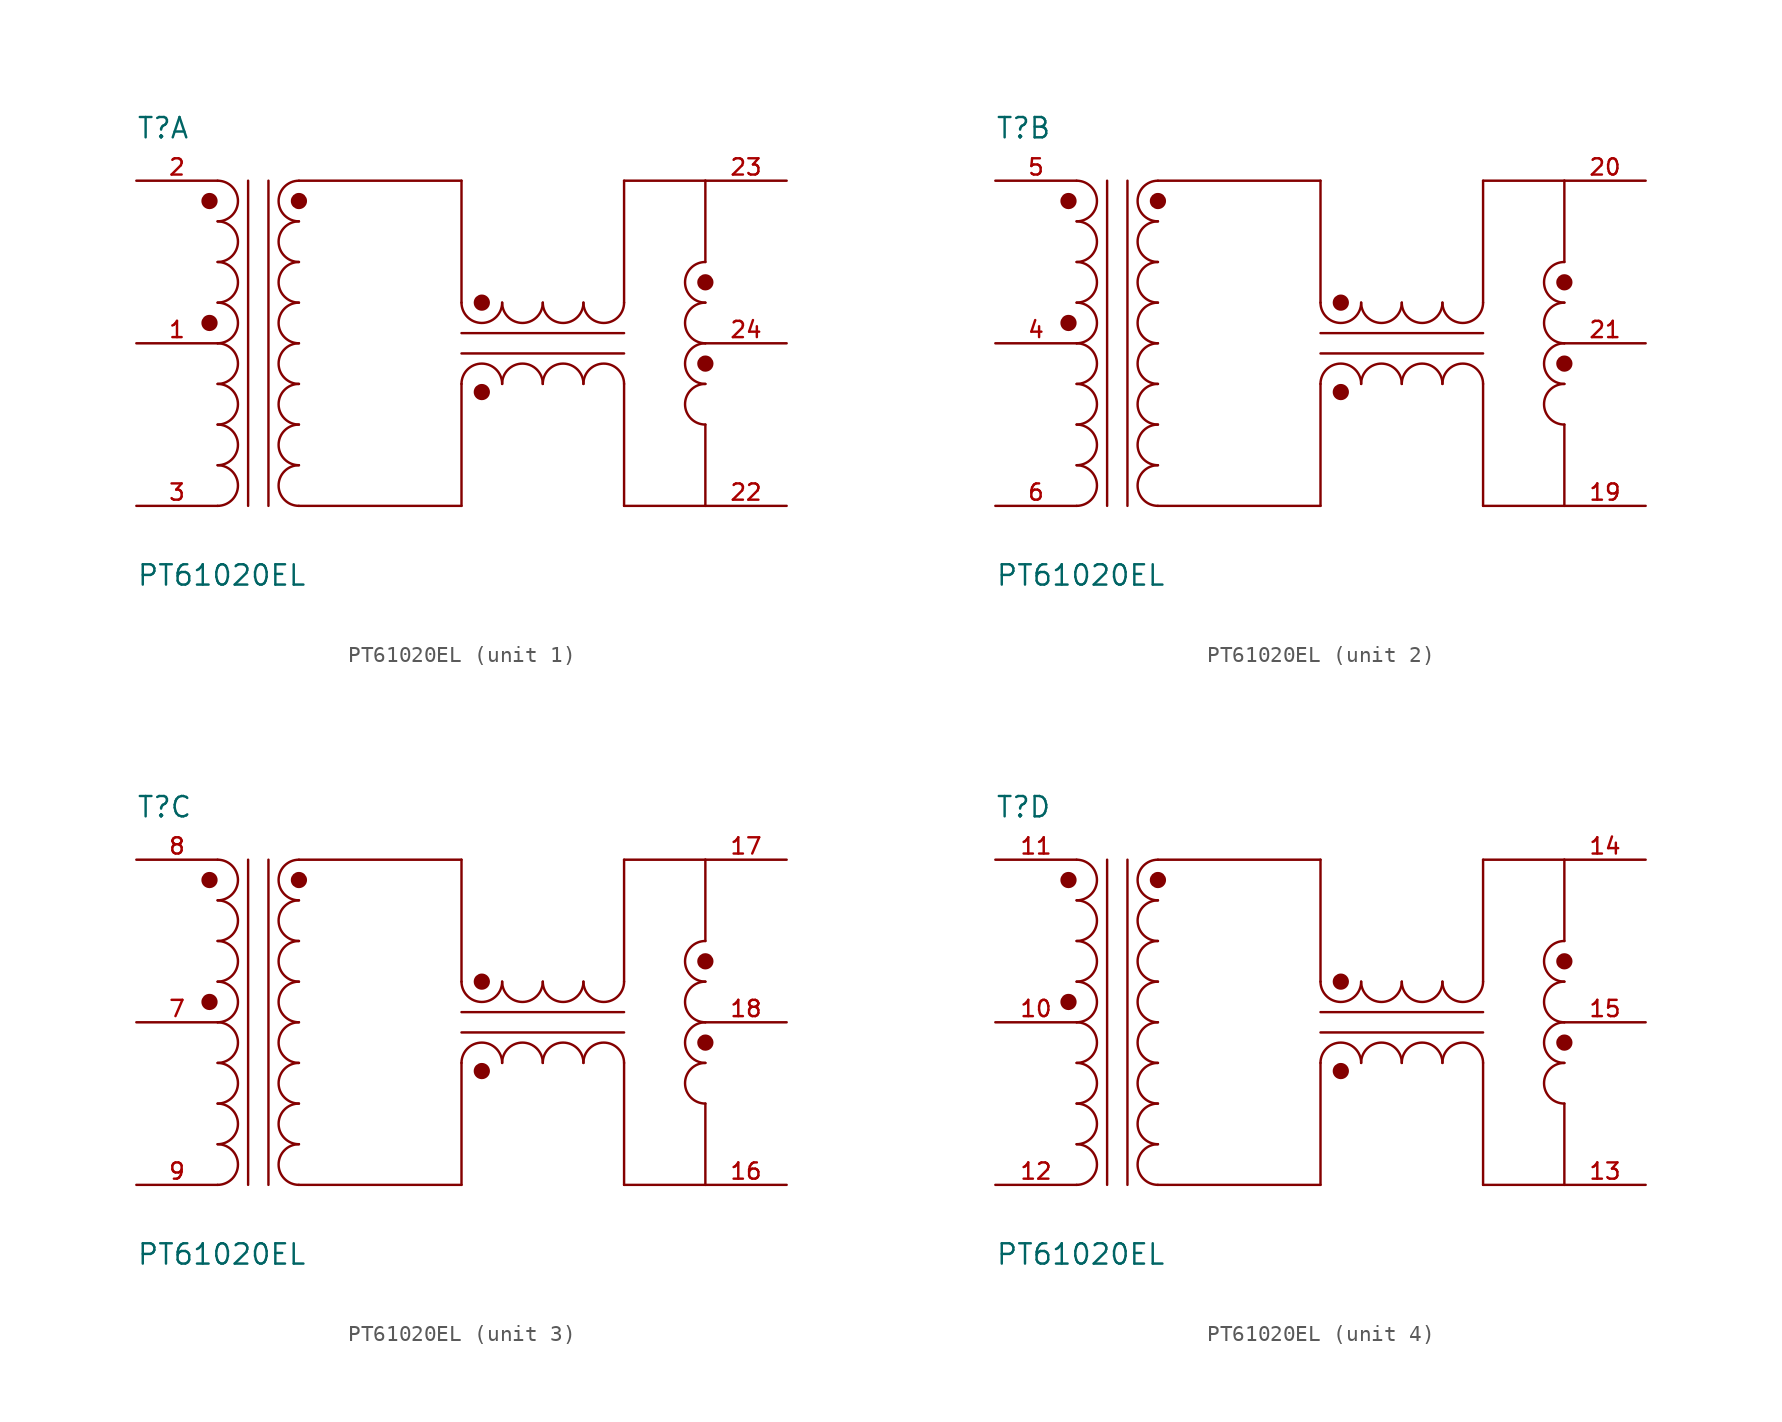
<source format=kicad_sym>
(kicad_symbol_lib
  (version 20211014)
  (generator kicad_symbol_editor)
  (symbol "PT61020EL"
    (pin_names
      (offset 1.016))
    (property "Reference" "T"
      (at -20.324 12.708 0)
      (effects (font (size 1.27 1.27)) (justify left bottom)))
    (property "Value" "PT61020EL"
      (at -20.321 -15.243 0)
      (effects (font (size 1.27 1.27)) (justify left bottom)))
    (symbol "PT61020EL_1_0"
      (circle (center -15.748 1.27) (radius 0.254) (stroke (width 0.508) (type default) (color 0 0 0 0)) (fill (type none)))
      (circle (center -15.748 8.89) (radius 0.254) (stroke (width 0.508) (type default) (color 0 0 0 0)) (fill (type none)))
      (arc (start -15.24 -10.16) (mid -13.97 -8.89) (end -15.24 -7.62) (stroke (width 0.1524) (type default) (color 0 0 0 0)) (fill (type none)))
      (arc (start -15.24 -7.62) (mid -13.97 -6.35) (end -15.24 -5.08) (stroke (width 0.1524) (type default) (color 0 0 0 0)) (fill (type none)))
      (arc (start -15.24 -5.08) (mid -13.97 -3.81) (end -15.24 -2.54) (stroke (width 0.1524) (type default) (color 0 0 0 0)) (fill (type none)))
      (arc (start -15.24 -2.54) (mid -13.97 -1.27) (end -15.24 0) (stroke (width 0.1524) (type default) (color 0 0 0 0)) (fill (type none)))
      (arc (start -15.24 0) (mid -13.97 1.27) (end -15.24 2.54) (stroke (width 0.1524) (type default) (color 0 0 0 0)) (fill (type none)))
      (arc (start -15.24 2.54) (mid -13.97 3.81) (end -15.24 5.08) (stroke (width 0.1524) (type default) (color 0 0 0 0)) (fill (type none)))
      (arc (start -15.24 5.08) (mid -13.97 6.35) (end -15.24 7.62) (stroke (width 0.1524) (type default) (color 0 0 0 0)) (fill (type none)))
      (arc (start -15.24 7.62) (mid -13.97 8.89) (end -15.24 10.16) (stroke (width 0.1524) (type default) (color 0 0 0 0)) (fill (type none)))
      (arc (start -10.16 -7.62) (mid -11.43 -8.89) (end -10.16 -10.16) (stroke (width 0.1524) (type default) (color 0 0 0 0)) (fill (type none)))
      (arc (start -10.16 -5.08) (mid -11.43 -6.35) (end -10.16 -7.62) (stroke (width 0.1524) (type default) (color 0 0 0 0)) (fill (type none)))
      (arc (start -10.16 -2.54) (mid -11.43 -3.81) (end -10.16 -5.08) (stroke (width 0.1524) (type default) (color 0 0 0 0)) (fill (type none)))
      (arc (start -10.16 0) (mid -11.43 -1.27) (end -10.16 -2.54) (stroke (width 0.1524) (type default) (color 0 0 0 0)) (fill (type none)))
      (arc (start -10.16 2.54) (mid -11.43 1.27) (end -10.16 0) (stroke (width 0.1524) (type default) (color 0 0 0 0)) (fill (type none)))
      (arc (start -10.16 5.08) (mid -11.43 3.81) (end -10.16 2.54) (stroke (width 0.1524) (type default) (color 0 0 0 0)) (fill (type none)))
      (arc (start -10.16 7.62) (mid -11.43 6.35) (end -10.16 5.08) (stroke (width 0.1524) (type default) (color 0 0 0 0)) (fill (type none)))
      (circle (center -10.16 8.89) (radius 0.254) (stroke (width 0.508) (type default) (color 0 0 0 0)) (fill (type none)))
      (arc (start -10.16 10.16) (mid -11.43 8.89) (end -10.16 7.62) (stroke (width 0.1524) (type default) (color 0 0 0 0)) (fill (type none)))
      (polyline (pts (xy -13.335 10.16) (xy -13.335 -10.16)) (stroke (width 0.152) (type default) (color 0 0 0 0)) (fill (type none)))
      (polyline (pts (xy -12.065 10.16) (xy -12.065 -10.16)) (stroke (width 0.152) (type default) (color 0 0 0 0)) (fill (type none)))
      (polyline (pts (xy -10.16 -10.16) (xy 0 -10.16)) (stroke (width 0.152) (type default) (color 0 0 0 0)) (fill (type none)))
      (polyline (pts (xy -10.16 10.16) (xy 0 10.16)) (stroke (width 0.152) (type default) (color 0 0 0 0)) (fill (type none)))
      (polyline (pts (xy 0 -2.54) (xy 0 -10.16)) (stroke (width 0.152) (type default) (color 0 0 0 0)) (fill (type none)))
      (polyline (pts (xy 0 -0.635) (xy 10.16 -0.635)) (stroke (width 0.152) (type default) (color 0 0 0 0)) (fill (type none)))
      (polyline (pts (xy 0 0.635) (xy 10.16 0.635)) (stroke (width 0.152) (type default) (color 0 0 0 0)) (fill (type none)))
      (polyline (pts (xy 0 10.16) (xy 0 2.54)) (stroke (width 0.152) (type default) (color 0 0 0 0)) (fill (type none)))
      (polyline (pts (xy 10.16 -10.16) (xy 15.24 -10.16)) (stroke (width 0.152) (type default) (color 0 0 0 0)) (fill (type none)))
      (polyline (pts (xy 10.16 -2.54) (xy 10.16 -10.16)) (stroke (width 0.152) (type default) (color 0 0 0 0)) (fill (type none)))
      (polyline (pts (xy 10.16 2.54) (xy 10.16 10.16)) (stroke (width 0.152) (type default) (color 0 0 0 0)) (fill (type none)))
      (polyline (pts (xy 10.16 10.16) (xy 15.24 10.16)) (stroke (width 0.152) (type default) (color 0 0 0 0)) (fill (type none)))
      (polyline (pts (xy 15.24 -5.08) (xy 15.24 -10.16)) (stroke (width 0.152) (type default) (color 0 0 0 0)) (fill (type none)))
      (polyline (pts (xy 15.24 10.16) (xy 15.24 5.08)) (stroke (width 0.152) (type default) (color 0 0 0 0)) (fill (type none)))
      (arc (start 0 2.54) (mid 1.27 1.27) (end 2.54 2.54) (stroke (width 0.1524) (type default) (color 0 0 0 0)) (fill (type none)))
      (circle (center 1.27 -3.048) (radius 0.254) (stroke (width 0.508) (type default) (color 0 0 0 0)) (fill (type none)))
      (circle (center 1.27 2.54) (radius 0.254) (stroke (width 0.508) (type default) (color 0 0 0 0)) (fill (type none)))
      (arc (start 2.54 -2.54) (mid 1.27 -1.27) (end 0 -2.54) (stroke (width 0.1524) (type default) (color 0 0 0 0)) (fill (type none)))
      (arc (start 2.54 2.54) (mid 3.81 1.27) (end 5.08 2.54) (stroke (width 0.1524) (type default) (color 0 0 0 0)) (fill (type none)))
      (arc (start 5.08 -2.54) (mid 3.81 -1.27) (end 2.54 -2.54) (stroke (width 0.1524) (type default) (color 0 0 0 0)) (fill (type none)))
      (arc (start 5.08 2.54) (mid 6.35 1.27) (end 7.62 2.54) (stroke (width 0.1524) (type default) (color 0 0 0 0)) (fill (type none)))
      (arc (start 7.62 -2.54) (mid 6.35 -1.27) (end 5.08 -2.54) (stroke (width 0.1524) (type default) (color 0 0 0 0)) (fill (type none)))
      (arc (start 7.62 2.54) (mid 8.89 1.27) (end 10.16 2.54) (stroke (width 0.1524) (type default) (color 0 0 0 0)) (fill (type none)))
      (arc (start 10.16 -2.54) (mid 8.89 -1.27) (end 7.62 -2.54) (stroke (width 0.1524) (type default) (color 0 0 0 0)) (fill (type none)))
      (arc (start 15.24 -2.54) (mid 13.97 -3.81) (end 15.24 -5.08) (stroke (width 0.1524) (type default) (color 0 0 0 0)) (fill (type none)))
      (circle (center 15.24 -1.27) (radius 0.254) (stroke (width 0.508) (type default) (color 0 0 0 0)) (fill (type none)))
      (arc (start 15.24 0) (mid 13.97 -1.27) (end 15.24 -2.54) (stroke (width 0.1524) (type default) (color 0 0 0 0)) (fill (type none)))
      (arc (start 15.24 2.54) (mid 13.97 1.27) (end 15.24 0) (stroke (width 0.1524) (type default) (color 0 0 0 0)) (fill (type none)))
      (circle (center 15.24 3.81) (radius 0.254) (stroke (width 0.508) (type default) (color 0 0 0 0)) (fill (type none)))
      (arc (start 15.24 5.08) (mid 13.97 3.81) (end 15.24 2.54) (stroke (width 0.1524) (type default) (color 0 0 0 0)) (fill (type none)))
      (pin passive line (at -20.32 0 0) (length 5.08) (name "~" (effects (font (size 1.016 1.016)))) (number "1" (effects (font (size 1.016 1.016)))))
      (pin passive line (at -20.32 10.16 0) (length 5.08) (name "~" (effects (font (size 1.016 1.016)))) (number "2" (effects (font (size 1.016 1.016)))))
      (pin passive line (at 20.32 -10.16 180) (length 5.08) (name "~" (effects (font (size 1.016 1.016)))) (number "22" (effects (font (size 1.016 1.016)))))
      (pin passive line (at 20.32 10.16 180) (length 5.08) (name "~" (effects (font (size 1.016 1.016)))) (number "23" (effects (font (size 1.016 1.016)))))
      (pin passive line (at 20.32 0 180) (length 5.08) (name "~" (effects (font (size 1.016 1.016)))) (number "24" (effects (font (size 1.016 1.016)))))
      (pin passive line (at -20.32 -10.16 0) (length 5.08) (name "~" (effects (font (size 1.016 1.016)))) (number "3" (effects (font (size 1.016 1.016))))))
    (symbol "PT61020EL_2_0"
      (circle (center -15.748 1.27) (radius 0.254) (stroke (width 0.508) (type default) (color 0 0 0 0)) (fill (type none)))
      (circle (center -15.748 8.89) (radius 0.254) (stroke (width 0.508) (type default) (color 0 0 0 0)) (fill (type none)))
      (arc (start -15.24 -10.16) (mid -13.97 -8.89) (end -15.24 -7.62) (stroke (width 0.1524) (type default) (color 0 0 0 0)) (fill (type none)))
      (arc (start -15.24 -7.62) (mid -13.97 -6.35) (end -15.24 -5.08) (stroke (width 0.1524) (type default) (color 0 0 0 0)) (fill (type none)))
      (arc (start -15.24 -5.08) (mid -13.97 -3.81) (end -15.24 -2.54) (stroke (width 0.1524) (type default) (color 0 0 0 0)) (fill (type none)))
      (arc (start -15.24 -2.54) (mid -13.97 -1.27) (end -15.24 0) (stroke (width 0.1524) (type default) (color 0 0 0 0)) (fill (type none)))
      (arc (start -15.24 0) (mid -13.97 1.27) (end -15.24 2.54) (stroke (width 0.1524) (type default) (color 0 0 0 0)) (fill (type none)))
      (arc (start -15.24 2.54) (mid -13.97 3.81) (end -15.24 5.08) (stroke (width 0.1524) (type default) (color 0 0 0 0)) (fill (type none)))
      (arc (start -15.24 5.08) (mid -13.97 6.35) (end -15.24 7.62) (stroke (width 0.1524) (type default) (color 0 0 0 0)) (fill (type none)))
      (arc (start -15.24 7.62) (mid -13.97 8.89) (end -15.24 10.16) (stroke (width 0.1524) (type default) (color 0 0 0 0)) (fill (type none)))
      (arc (start -10.16 -7.62) (mid -11.43 -8.89) (end -10.16 -10.16) (stroke (width 0.1524) (type default) (color 0 0 0 0)) (fill (type none)))
      (arc (start -10.16 -5.08) (mid -11.43 -6.35) (end -10.16 -7.62) (stroke (width 0.1524) (type default) (color 0 0 0 0)) (fill (type none)))
      (arc (start -10.16 -2.54) (mid -11.43 -3.81) (end -10.16 -5.08) (stroke (width 0.1524) (type default) (color 0 0 0 0)) (fill (type none)))
      (arc (start -10.16 0) (mid -11.43 -1.27) (end -10.16 -2.54) (stroke (width 0.1524) (type default) (color 0 0 0 0)) (fill (type none)))
      (arc (start -10.16 2.54) (mid -11.43 1.27) (end -10.16 0) (stroke (width 0.1524) (type default) (color 0 0 0 0)) (fill (type none)))
      (arc (start -10.16 5.08) (mid -11.43 3.81) (end -10.16 2.54) (stroke (width 0.1524) (type default) (color 0 0 0 0)) (fill (type none)))
      (arc (start -10.16 7.62) (mid -11.43 6.35) (end -10.16 5.08) (stroke (width 0.1524) (type default) (color 0 0 0 0)) (fill (type none)))
      (circle (center -10.16 8.89) (radius 0.254) (stroke (width 0.508) (type default) (color 0 0 0 0)) (fill (type none)))
      (arc (start -10.16 10.16) (mid -11.43 8.89) (end -10.16 7.62) (stroke (width 0.1524) (type default) (color 0 0 0 0)) (fill (type none)))
      (polyline (pts (xy -13.335 10.16) (xy -13.335 -10.16)) (stroke (width 0.152) (type default) (color 0 0 0 0)) (fill (type none)))
      (polyline (pts (xy -12.065 10.16) (xy -12.065 -10.16)) (stroke (width 0.152) (type default) (color 0 0 0 0)) (fill (type none)))
      (polyline (pts (xy -10.16 -10.16) (xy 0 -10.16)) (stroke (width 0.152) (type default) (color 0 0 0 0)) (fill (type none)))
      (polyline (pts (xy -10.16 10.16) (xy 0 10.16)) (stroke (width 0.152) (type default) (color 0 0 0 0)) (fill (type none)))
      (polyline (pts (xy 0 -2.54) (xy 0 -10.16)) (stroke (width 0.152) (type default) (color 0 0 0 0)) (fill (type none)))
      (polyline (pts (xy 0 -0.635) (xy 10.16 -0.635)) (stroke (width 0.152) (type default) (color 0 0 0 0)) (fill (type none)))
      (polyline (pts (xy 0 0.635) (xy 10.16 0.635)) (stroke (width 0.152) (type default) (color 0 0 0 0)) (fill (type none)))
      (polyline (pts (xy 0 10.16) (xy 0 2.54)) (stroke (width 0.152) (type default) (color 0 0 0 0)) (fill (type none)))
      (polyline (pts (xy 10.16 -10.16) (xy 15.24 -10.16)) (stroke (width 0.152) (type default) (color 0 0 0 0)) (fill (type none)))
      (polyline (pts (xy 10.16 -2.54) (xy 10.16 -10.16)) (stroke (width 0.152) (type default) (color 0 0 0 0)) (fill (type none)))
      (polyline (pts (xy 10.16 2.54) (xy 10.16 10.16)) (stroke (width 0.152) (type default) (color 0 0 0 0)) (fill (type none)))
      (polyline (pts (xy 10.16 10.16) (xy 15.24 10.16)) (stroke (width 0.152) (type default) (color 0 0 0 0)) (fill (type none)))
      (polyline (pts (xy 15.24 -5.08) (xy 15.24 -10.16)) (stroke (width 0.152) (type default) (color 0 0 0 0)) (fill (type none)))
      (polyline (pts (xy 15.24 10.16) (xy 15.24 5.08)) (stroke (width 0.152) (type default) (color 0 0 0 0)) (fill (type none)))
      (arc (start 0 2.54) (mid 1.27 1.27) (end 2.54 2.54) (stroke (width 0.1524) (type default) (color 0 0 0 0)) (fill (type none)))
      (circle (center 1.27 -3.048) (radius 0.254) (stroke (width 0.508) (type default) (color 0 0 0 0)) (fill (type none)))
      (circle (center 1.27 2.54) (radius 0.254) (stroke (width 0.508) (type default) (color 0 0 0 0)) (fill (type none)))
      (arc (start 2.54 -2.54) (mid 1.27 -1.27) (end 0 -2.54) (stroke (width 0.1524) (type default) (color 0 0 0 0)) (fill (type none)))
      (arc (start 2.54 2.54) (mid 3.81 1.27) (end 5.08 2.54) (stroke (width 0.1524) (type default) (color 0 0 0 0)) (fill (type none)))
      (arc (start 5.08 -2.54) (mid 3.81 -1.27) (end 2.54 -2.54) (stroke (width 0.1524) (type default) (color 0 0 0 0)) (fill (type none)))
      (arc (start 5.08 2.54) (mid 6.35 1.27) (end 7.62 2.54) (stroke (width 0.1524) (type default) (color 0 0 0 0)) (fill (type none)))
      (arc (start 7.62 -2.54) (mid 6.35 -1.27) (end 5.08 -2.54) (stroke (width 0.1524) (type default) (color 0 0 0 0)) (fill (type none)))
      (arc (start 7.62 2.54) (mid 8.89 1.27) (end 10.16 2.54) (stroke (width 0.1524) (type default) (color 0 0 0 0)) (fill (type none)))
      (arc (start 10.16 -2.54) (mid 8.89 -1.27) (end 7.62 -2.54) (stroke (width 0.1524) (type default) (color 0 0 0 0)) (fill (type none)))
      (arc (start 15.24 -2.54) (mid 13.97 -3.81) (end 15.24 -5.08) (stroke (width 0.1524) (type default) (color 0 0 0 0)) (fill (type none)))
      (circle (center 15.24 -1.27) (radius 0.254) (stroke (width 0.508) (type default) (color 0 0 0 0)) (fill (type none)))
      (arc (start 15.24 0) (mid 13.97 -1.27) (end 15.24 -2.54) (stroke (width 0.1524) (type default) (color 0 0 0 0)) (fill (type none)))
      (arc (start 15.24 2.54) (mid 13.97 1.27) (end 15.24 0) (stroke (width 0.1524) (type default) (color 0 0 0 0)) (fill (type none)))
      (circle (center 15.24 3.81) (radius 0.254) (stroke (width 0.508) (type default) (color 0 0 0 0)) (fill (type none)))
      (arc (start 15.24 5.08) (mid 13.97 3.81) (end 15.24 2.54) (stroke (width 0.1524) (type default) (color 0 0 0 0)) (fill (type none)))
      (pin passive line (at 20.32 -10.16 180) (length 5.08) (name "~" (effects (font (size 1.016 1.016)))) (number "19" (effects (font (size 1.016 1.016)))))
      (pin passive line (at 20.32 10.16 180) (length 5.08) (name "~" (effects (font (size 1.016 1.016)))) (number "20" (effects (font (size 1.016 1.016)))))
      (pin passive line (at 20.32 0 180) (length 5.08) (name "~" (effects (font (size 1.016 1.016)))) (number "21" (effects (font (size 1.016 1.016)))))
      (pin passive line (at -20.32 0 0) (length 5.08) (name "~" (effects (font (size 1.016 1.016)))) (number "4" (effects (font (size 1.016 1.016)))))
      (pin passive line (at -20.32 10.16 0) (length 5.08) (name "~" (effects (font (size 1.016 1.016)))) (number "5" (effects (font (size 1.016 1.016)))))
      (pin passive line (at -20.32 -10.16 0) (length 5.08) (name "~" (effects (font (size 1.016 1.016)))) (number "6" (effects (font (size 1.016 1.016))))))
    (symbol "PT61020EL_3_0"
      (circle (center -15.748 1.27) (radius 0.254) (stroke (width 0.508) (type default) (color 0 0 0 0)) (fill (type none)))
      (circle (center -15.748 8.89) (radius 0.254) (stroke (width 0.508) (type default) (color 0 0 0 0)) (fill (type none)))
      (arc (start -15.24 -10.16) (mid -13.97 -8.89) (end -15.24 -7.62) (stroke (width 0.1524) (type default) (color 0 0 0 0)) (fill (type none)))
      (arc (start -15.24 -7.62) (mid -13.97 -6.35) (end -15.24 -5.08) (stroke (width 0.1524) (type default) (color 0 0 0 0)) (fill (type none)))
      (arc (start -15.24 -5.08) (mid -13.97 -3.81) (end -15.24 -2.54) (stroke (width 0.1524) (type default) (color 0 0 0 0)) (fill (type none)))
      (arc (start -15.24 -2.54) (mid -13.97 -1.27) (end -15.24 0) (stroke (width 0.1524) (type default) (color 0 0 0 0)) (fill (type none)))
      (arc (start -15.24 0) (mid -13.97 1.27) (end -15.24 2.54) (stroke (width 0.1524) (type default) (color 0 0 0 0)) (fill (type none)))
      (arc (start -15.24 2.54) (mid -13.97 3.81) (end -15.24 5.08) (stroke (width 0.1524) (type default) (color 0 0 0 0)) (fill (type none)))
      (arc (start -15.24 5.08) (mid -13.97 6.35) (end -15.24 7.62) (stroke (width 0.1524) (type default) (color 0 0 0 0)) (fill (type none)))
      (arc (start -15.24 7.62) (mid -13.97 8.89) (end -15.24 10.16) (stroke (width 0.1524) (type default) (color 0 0 0 0)) (fill (type none)))
      (arc (start -10.16 -7.62) (mid -11.43 -8.89) (end -10.16 -10.16) (stroke (width 0.1524) (type default) (color 0 0 0 0)) (fill (type none)))
      (arc (start -10.16 -5.08) (mid -11.43 -6.35) (end -10.16 -7.62) (stroke (width 0.1524) (type default) (color 0 0 0 0)) (fill (type none)))
      (arc (start -10.16 -2.54) (mid -11.43 -3.81) (end -10.16 -5.08) (stroke (width 0.1524) (type default) (color 0 0 0 0)) (fill (type none)))
      (arc (start -10.16 0) (mid -11.43 -1.27) (end -10.16 -2.54) (stroke (width 0.1524) (type default) (color 0 0 0 0)) (fill (type none)))
      (arc (start -10.16 2.54) (mid -11.43 1.27) (end -10.16 0) (stroke (width 0.1524) (type default) (color 0 0 0 0)) (fill (type none)))
      (arc (start -10.16 5.08) (mid -11.43 3.81) (end -10.16 2.54) (stroke (width 0.1524) (type default) (color 0 0 0 0)) (fill (type none)))
      (arc (start -10.16 7.62) (mid -11.43 6.35) (end -10.16 5.08) (stroke (width 0.1524) (type default) (color 0 0 0 0)) (fill (type none)))
      (circle (center -10.16 8.89) (radius 0.254) (stroke (width 0.508) (type default) (color 0 0 0 0)) (fill (type none)))
      (arc (start -10.16 10.16) (mid -11.43 8.89) (end -10.16 7.62) (stroke (width 0.1524) (type default) (color 0 0 0 0)) (fill (type none)))
      (polyline (pts (xy -13.335 10.16) (xy -13.335 -10.16)) (stroke (width 0.152) (type default) (color 0 0 0 0)) (fill (type none)))
      (polyline (pts (xy -12.065 10.16) (xy -12.065 -10.16)) (stroke (width 0.152) (type default) (color 0 0 0 0)) (fill (type none)))
      (polyline (pts (xy -10.16 -10.16) (xy 0 -10.16)) (stroke (width 0.152) (type default) (color 0 0 0 0)) (fill (type none)))
      (polyline (pts (xy -10.16 10.16) (xy 0 10.16)) (stroke (width 0.152) (type default) (color 0 0 0 0)) (fill (type none)))
      (polyline (pts (xy 0 -2.54) (xy 0 -10.16)) (stroke (width 0.152) (type default) (color 0 0 0 0)) (fill (type none)))
      (polyline (pts (xy 0 -0.635) (xy 10.16 -0.635)) (stroke (width 0.152) (type default) (color 0 0 0 0)) (fill (type none)))
      (polyline (pts (xy 0 0.635) (xy 10.16 0.635)) (stroke (width 0.152) (type default) (color 0 0 0 0)) (fill (type none)))
      (polyline (pts (xy 0 10.16) (xy 0 2.54)) (stroke (width 0.152) (type default) (color 0 0 0 0)) (fill (type none)))
      (polyline (pts (xy 10.16 -10.16) (xy 15.24 -10.16)) (stroke (width 0.152) (type default) (color 0 0 0 0)) (fill (type none)))
      (polyline (pts (xy 10.16 -2.54) (xy 10.16 -10.16)) (stroke (width 0.152) (type default) (color 0 0 0 0)) (fill (type none)))
      (polyline (pts (xy 10.16 2.54) (xy 10.16 10.16)) (stroke (width 0.152) (type default) (color 0 0 0 0)) (fill (type none)))
      (polyline (pts (xy 10.16 10.16) (xy 15.24 10.16)) (stroke (width 0.152) (type default) (color 0 0 0 0)) (fill (type none)))
      (polyline (pts (xy 15.24 -5.08) (xy 15.24 -10.16)) (stroke (width 0.152) (type default) (color 0 0 0 0)) (fill (type none)))
      (polyline (pts (xy 15.24 10.16) (xy 15.24 5.08)) (stroke (width 0.152) (type default) (color 0 0 0 0)) (fill (type none)))
      (arc (start 0 2.54) (mid 1.27 1.27) (end 2.54 2.54) (stroke (width 0.1524) (type default) (color 0 0 0 0)) (fill (type none)))
      (circle (center 1.27 -3.048) (radius 0.254) (stroke (width 0.508) (type default) (color 0 0 0 0)) (fill (type none)))
      (circle (center 1.27 2.54) (radius 0.254) (stroke (width 0.508) (type default) (color 0 0 0 0)) (fill (type none)))
      (arc (start 2.54 -2.54) (mid 1.27 -1.27) (end 0 -2.54) (stroke (width 0.1524) (type default) (color 0 0 0 0)) (fill (type none)))
      (arc (start 2.54 2.54) (mid 3.81 1.27) (end 5.08 2.54) (stroke (width 0.1524) (type default) (color 0 0 0 0)) (fill (type none)))
      (arc (start 5.08 -2.54) (mid 3.81 -1.27) (end 2.54 -2.54) (stroke (width 0.1524) (type default) (color 0 0 0 0)) (fill (type none)))
      (arc (start 5.08 2.54) (mid 6.35 1.27) (end 7.62 2.54) (stroke (width 0.1524) (type default) (color 0 0 0 0)) (fill (type none)))
      (arc (start 7.62 -2.54) (mid 6.35 -1.27) (end 5.08 -2.54) (stroke (width 0.1524) (type default) (color 0 0 0 0)) (fill (type none)))
      (arc (start 7.62 2.54) (mid 8.89 1.27) (end 10.16 2.54) (stroke (width 0.1524) (type default) (color 0 0 0 0)) (fill (type none)))
      (arc (start 10.16 -2.54) (mid 8.89 -1.27) (end 7.62 -2.54) (stroke (width 0.1524) (type default) (color 0 0 0 0)) (fill (type none)))
      (arc (start 15.24 -2.54) (mid 13.97 -3.81) (end 15.24 -5.08) (stroke (width 0.1524) (type default) (color 0 0 0 0)) (fill (type none)))
      (circle (center 15.24 -1.27) (radius 0.254) (stroke (width 0.508) (type default) (color 0 0 0 0)) (fill (type none)))
      (arc (start 15.24 0) (mid 13.97 -1.27) (end 15.24 -2.54) (stroke (width 0.1524) (type default) (color 0 0 0 0)) (fill (type none)))
      (arc (start 15.24 2.54) (mid 13.97 1.27) (end 15.24 0) (stroke (width 0.1524) (type default) (color 0 0 0 0)) (fill (type none)))
      (circle (center 15.24 3.81) (radius 0.254) (stroke (width 0.508) (type default) (color 0 0 0 0)) (fill (type none)))
      (arc (start 15.24 5.08) (mid 13.97 3.81) (end 15.24 2.54) (stroke (width 0.1524) (type default) (color 0 0 0 0)) (fill (type none)))
      (pin passive line (at 20.32 -10.16 180) (length 5.08) (name "~" (effects (font (size 1.016 1.016)))) (number "16" (effects (font (size 1.016 1.016)))))
      (pin passive line (at 20.32 10.16 180) (length 5.08) (name "~" (effects (font (size 1.016 1.016)))) (number "17" (effects (font (size 1.016 1.016)))))
      (pin passive line (at 20.32 0 180) (length 5.08) (name "~" (effects (font (size 1.016 1.016)))) (number "18" (effects (font (size 1.016 1.016)))))
      (pin passive line (at -20.32 0 0) (length 5.08) (name "~" (effects (font (size 1.016 1.016)))) (number "7" (effects (font (size 1.016 1.016)))))
      (pin passive line (at -20.32 10.16 0) (length 5.08) (name "~" (effects (font (size 1.016 1.016)))) (number "8" (effects (font (size 1.016 1.016)))))
      (pin passive line (at -20.32 -10.16 0) (length 5.08) (name "~" (effects (font (size 1.016 1.016)))) (number "9" (effects (font (size 1.016 1.016))))))
    (symbol "PT61020EL_4_0"
      (circle (center -15.748 1.27) (radius 0.254) (stroke (width 0.508) (type default) (color 0 0 0 0)) (fill (type none)))
      (circle (center -15.748 8.89) (radius 0.254) (stroke (width 0.508) (type default) (color 0 0 0 0)) (fill (type none)))
      (arc (start -15.24 -10.16) (mid -13.97 -8.89) (end -15.24 -7.62) (stroke (width 0.1524) (type default) (color 0 0 0 0)) (fill (type none)))
      (arc (start -15.24 -7.62) (mid -13.97 -6.35) (end -15.24 -5.08) (stroke (width 0.1524) (type default) (color 0 0 0 0)) (fill (type none)))
      (arc (start -15.24 -5.08) (mid -13.97 -3.81) (end -15.24 -2.54) (stroke (width 0.1524) (type default) (color 0 0 0 0)) (fill (type none)))
      (arc (start -15.24 -2.54) (mid -13.97 -1.27) (end -15.24 0) (stroke (width 0.1524) (type default) (color 0 0 0 0)) (fill (type none)))
      (arc (start -15.24 0) (mid -13.97 1.27) (end -15.24 2.54) (stroke (width 0.1524) (type default) (color 0 0 0 0)) (fill (type none)))
      (arc (start -15.24 2.54) (mid -13.97 3.81) (end -15.24 5.08) (stroke (width 0.1524) (type default) (color 0 0 0 0)) (fill (type none)))
      (arc (start -15.24 5.08) (mid -13.97 6.35) (end -15.24 7.62) (stroke (width 0.1524) (type default) (color 0 0 0 0)) (fill (type none)))
      (arc (start -15.24 7.62) (mid -13.97 8.89) (end -15.24 10.16) (stroke (width 0.1524) (type default) (color 0 0 0 0)) (fill (type none)))
      (arc (start -10.16 -7.62) (mid -11.43 -8.89) (end -10.16 -10.16) (stroke (width 0.1524) (type default) (color 0 0 0 0)) (fill (type none)))
      (arc (start -10.16 -5.08) (mid -11.43 -6.35) (end -10.16 -7.62) (stroke (width 0.1524) (type default) (color 0 0 0 0)) (fill (type none)))
      (arc (start -10.16 -2.54) (mid -11.43 -3.81) (end -10.16 -5.08) (stroke (width 0.1524) (type default) (color 0 0 0 0)) (fill (type none)))
      (arc (start -10.16 0) (mid -11.43 -1.27) (end -10.16 -2.54) (stroke (width 0.1524) (type default) (color 0 0 0 0)) (fill (type none)))
      (arc (start -10.16 2.54) (mid -11.43 1.27) (end -10.16 0) (stroke (width 0.1524) (type default) (color 0 0 0 0)) (fill (type none)))
      (arc (start -10.16 5.08) (mid -11.43 3.81) (end -10.16 2.54) (stroke (width 0.1524) (type default) (color 0 0 0 0)) (fill (type none)))
      (arc (start -10.16 7.62) (mid -11.43 6.35) (end -10.16 5.08) (stroke (width 0.1524) (type default) (color 0 0 0 0)) (fill (type none)))
      (circle (center -10.16 8.89) (radius 0.254) (stroke (width 0.508) (type default) (color 0 0 0 0)) (fill (type none)))
      (arc (start -10.16 10.16) (mid -11.43 8.89) (end -10.16 7.62) (stroke (width 0.1524) (type default) (color 0 0 0 0)) (fill (type none)))
      (polyline (pts (xy -13.335 10.16) (xy -13.335 -10.16)) (stroke (width 0.152) (type default) (color 0 0 0 0)) (fill (type none)))
      (polyline (pts (xy -12.065 10.16) (xy -12.065 -10.16)) (stroke (width 0.152) (type default) (color 0 0 0 0)) (fill (type none)))
      (polyline (pts (xy -10.16 -10.16) (xy 0 -10.16)) (stroke (width 0.152) (type default) (color 0 0 0 0)) (fill (type none)))
      (polyline (pts (xy -10.16 10.16) (xy 0 10.16)) (stroke (width 0.152) (type default) (color 0 0 0 0)) (fill (type none)))
      (polyline (pts (xy 0 -2.54) (xy 0 -10.16)) (stroke (width 0.152) (type default) (color 0 0 0 0)) (fill (type none)))
      (polyline (pts (xy 0 -0.635) (xy 10.16 -0.635)) (stroke (width 0.152) (type default) (color 0 0 0 0)) (fill (type none)))
      (polyline (pts (xy 0 0.635) (xy 10.16 0.635)) (stroke (width 0.152) (type default) (color 0 0 0 0)) (fill (type none)))
      (polyline (pts (xy 0 10.16) (xy 0 2.54)) (stroke (width 0.152) (type default) (color 0 0 0 0)) (fill (type none)))
      (polyline (pts (xy 10.16 -10.16) (xy 15.24 -10.16)) (stroke (width 0.152) (type default) (color 0 0 0 0)) (fill (type none)))
      (polyline (pts (xy 10.16 -2.54) (xy 10.16 -10.16)) (stroke (width 0.152) (type default) (color 0 0 0 0)) (fill (type none)))
      (polyline (pts (xy 10.16 2.54) (xy 10.16 10.16)) (stroke (width 0.152) (type default) (color 0 0 0 0)) (fill (type none)))
      (polyline (pts (xy 10.16 10.16) (xy 15.24 10.16)) (stroke (width 0.152) (type default) (color 0 0 0 0)) (fill (type none)))
      (polyline (pts (xy 15.24 -5.08) (xy 15.24 -10.16)) (stroke (width 0.152) (type default) (color 0 0 0 0)) (fill (type none)))
      (polyline (pts (xy 15.24 10.16) (xy 15.24 5.08)) (stroke (width 0.152) (type default) (color 0 0 0 0)) (fill (type none)))
      (arc (start 0 2.54) (mid 1.27 1.27) (end 2.54 2.54) (stroke (width 0.1524) (type default) (color 0 0 0 0)) (fill (type none)))
      (circle (center 1.27 -3.048) (radius 0.254) (stroke (width 0.508) (type default) (color 0 0 0 0)) (fill (type none)))
      (circle (center 1.27 2.54) (radius 0.254) (stroke (width 0.508) (type default) (color 0 0 0 0)) (fill (type none)))
      (arc (start 2.54 -2.54) (mid 1.27 -1.27) (end 0 -2.54) (stroke (width 0.1524) (type default) (color 0 0 0 0)) (fill (type none)))
      (arc (start 2.54 2.54) (mid 3.81 1.27) (end 5.08 2.54) (stroke (width 0.1524) (type default) (color 0 0 0 0)) (fill (type none)))
      (arc (start 5.08 -2.54) (mid 3.81 -1.27) (end 2.54 -2.54) (stroke (width 0.1524) (type default) (color 0 0 0 0)) (fill (type none)))
      (arc (start 5.08 2.54) (mid 6.35 1.27) (end 7.62 2.54) (stroke (width 0.1524) (type default) (color 0 0 0 0)) (fill (type none)))
      (arc (start 7.62 -2.54) (mid 6.35 -1.27) (end 5.08 -2.54) (stroke (width 0.1524) (type default) (color 0 0 0 0)) (fill (type none)))
      (arc (start 7.62 2.54) (mid 8.89 1.27) (end 10.16 2.54) (stroke (width 0.1524) (type default) (color 0 0 0 0)) (fill (type none)))
      (arc (start 10.16 -2.54) (mid 8.89 -1.27) (end 7.62 -2.54) (stroke (width 0.1524) (type default) (color 0 0 0 0)) (fill (type none)))
      (arc (start 15.24 -2.54) (mid 13.97 -3.81) (end 15.24 -5.08) (stroke (width 0.1524) (type default) (color 0 0 0 0)) (fill (type none)))
      (circle (center 15.24 -1.27) (radius 0.254) (stroke (width 0.508) (type default) (color 0 0 0 0)) (fill (type none)))
      (arc (start 15.24 0) (mid 13.97 -1.27) (end 15.24 -2.54) (stroke (width 0.1524) (type default) (color 0 0 0 0)) (fill (type none)))
      (arc (start 15.24 2.54) (mid 13.97 1.27) (end 15.24 0) (stroke (width 0.1524) (type default) (color 0 0 0 0)) (fill (type none)))
      (circle (center 15.24 3.81) (radius 0.254) (stroke (width 0.508) (type default) (color 0 0 0 0)) (fill (type none)))
      (arc (start 15.24 5.08) (mid 13.97 3.81) (end 15.24 2.54) (stroke (width 0.1524) (type default) (color 0 0 0 0)) (fill (type none)))
      (pin passive line (at -20.32 0 0) (length 5.08) (name "~" (effects (font (size 1.016 1.016)))) (number "10" (effects (font (size 1.016 1.016)))))
      (pin passive line (at -20.32 10.16 0) (length 5.08) (name "~" (effects (font (size 1.016 1.016)))) (number "11" (effects (font (size 1.016 1.016)))))
      (pin passive line (at -20.32 -10.16 0) (length 5.08) (name "~" (effects (font (size 1.016 1.016)))) (number "12" (effects (font (size 1.016 1.016)))))
      (pin passive line (at 20.32 -10.16 180) (length 5.08) (name "~" (effects (font (size 1.016 1.016)))) (number "13" (effects (font (size 1.016 1.016)))))
      (pin passive line (at 20.32 10.16 180) (length 5.08) (name "~" (effects (font (size 1.016 1.016)))) (number "14" (effects (font (size 1.016 1.016)))))
      (pin passive line (at 20.32 0 180) (length 5.08) (name "~" (effects (font (size 1.016 1.016)))) (number "15" (effects (font (size 1.016 1.016))))))))
</source>
